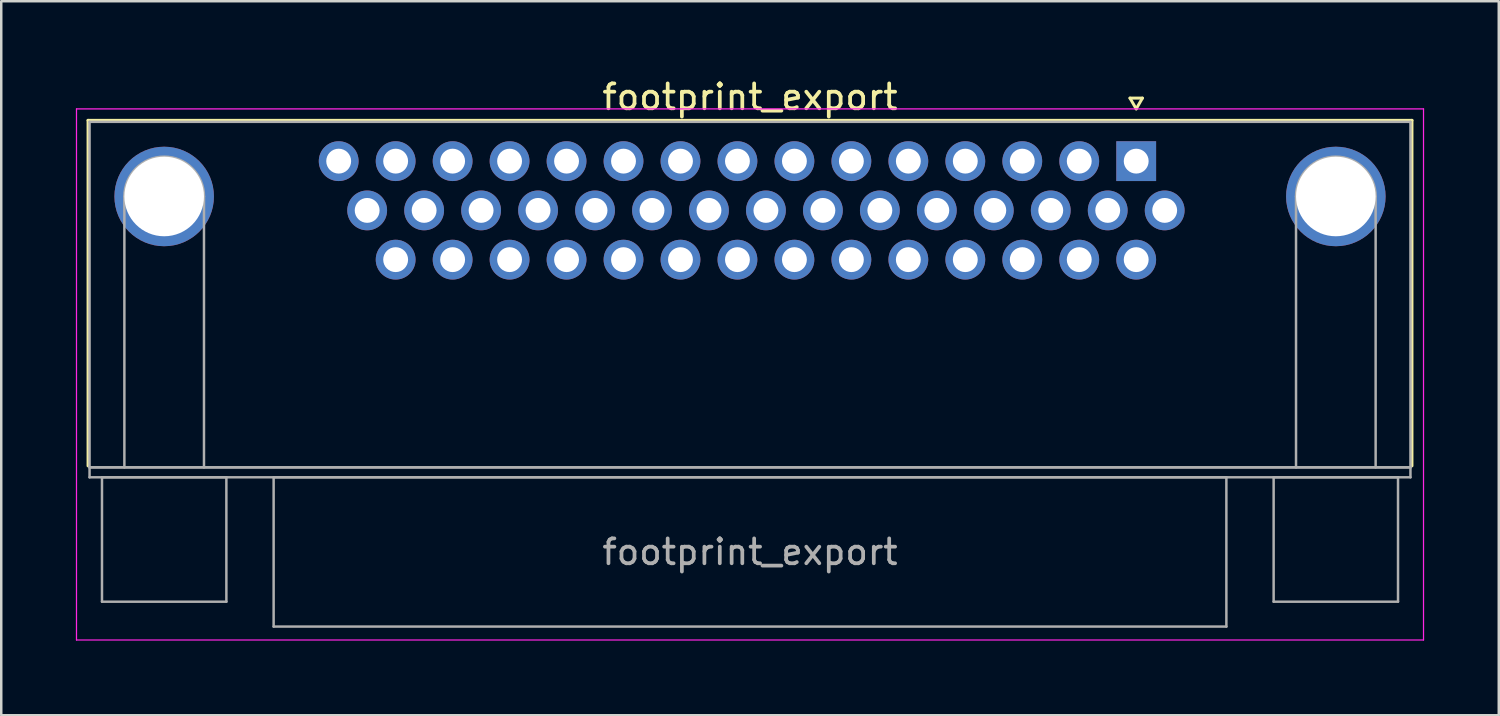
<source format=kicad_pcb>
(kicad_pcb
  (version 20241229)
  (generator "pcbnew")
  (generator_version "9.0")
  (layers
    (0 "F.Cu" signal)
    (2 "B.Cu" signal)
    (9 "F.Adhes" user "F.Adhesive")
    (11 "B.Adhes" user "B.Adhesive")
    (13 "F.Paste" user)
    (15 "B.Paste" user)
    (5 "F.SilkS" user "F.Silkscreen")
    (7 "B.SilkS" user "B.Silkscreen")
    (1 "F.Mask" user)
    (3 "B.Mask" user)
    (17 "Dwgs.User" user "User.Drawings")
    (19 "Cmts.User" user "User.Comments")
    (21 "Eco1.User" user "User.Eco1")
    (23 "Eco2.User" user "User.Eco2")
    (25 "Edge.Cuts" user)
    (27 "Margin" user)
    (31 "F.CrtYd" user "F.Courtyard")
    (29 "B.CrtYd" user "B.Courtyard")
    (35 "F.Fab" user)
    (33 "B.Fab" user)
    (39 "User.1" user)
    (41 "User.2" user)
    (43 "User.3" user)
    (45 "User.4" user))
  (footprint "footprint_export"
    (layer "F.Cu")
    (at 42.625 3.428)
    (property "Reference" "footprint_export" (at -15.525 -2.58 0) (layer "F.SilkS") (effects (font (size 1 1) (thickness 0.15))))
    (attr through_hole)
    (fp_line (start -42.135 -1.64) (end 11.085 -1.64) (stroke (width 0.12) (type solid)) (layer "F.SilkS"))
    (fp_line (start -42.135 12.25) (end -42.135 -1.64) (stroke (width 0.12) (type solid)) (layer "F.SilkS"))
    (fp_line (start -0.25 -2.534) (end 0.25 -2.534) (stroke (width 0.12) (type solid)) (layer "F.SilkS"))
    (fp_line (start 0 -2.101) (end -0.25 -2.534) (stroke (width 0.12) (type solid)) (layer "F.SilkS"))
    (fp_line (start 0.25 -2.534) (end 0 -2.101) (stroke (width 0.12) (type solid)) (layer "F.SilkS"))
    (fp_line (start 11.085 -1.64) (end 11.085 12.25) (stroke (width 0.12) (type solid)) (layer "F.SilkS"))
    (fp_line (start -42.6 -2.1) (end -42.6 19.25) (stroke (width 0.05) (type solid)) (layer "F.CrtYd"))
    (fp_line (start -42.6 19.25) (end 11.55 19.25) (stroke (width 0.05) (type solid)) (layer "F.CrtYd"))
    (fp_line (start 11.55 -2.1) (end -42.6 -2.1) (stroke (width 0.05) (type solid)) (layer "F.CrtYd"))
    (fp_line (start 11.55 19.25) (end 11.55 -2.1) (stroke (width 0.05) (type solid)) (layer "F.CrtYd"))
    (fp_line (start -42.075 -1.58) (end -42.075 12.31) (stroke (width 0.1) (type solid)) (layer "F.Fab"))
    (fp_line (start -42.075 12.31) (end -42.075 12.71) (stroke (width 0.1) (type solid)) (layer "F.Fab"))
    (fp_line (start -42.075 12.31) (end 11.025 12.31) (stroke (width 0.1) (type solid)) (layer "F.Fab"))
    (fp_line (start -42.075 12.71) (end 11.025 12.71) (stroke (width 0.1) (type solid)) (layer "F.Fab"))
    (fp_line (start -41.575 12.71) (end -41.575 17.71) (stroke (width 0.1) (type solid)) (layer "F.Fab"))
    (fp_line (start -41.575 17.71) (end -36.575 17.71) (stroke (width 0.1) (type solid)) (layer "F.Fab"))
    (fp_line (start -40.675 12.31) (end -40.675 1.42) (stroke (width 0.1) (type solid)) (layer "F.Fab"))
    (fp_line (start -37.475 12.31) (end -37.475 1.42) (stroke (width 0.1) (type solid)) (layer "F.Fab"))
    (fp_line (start -36.575 12.71) (end -41.575 12.71) (stroke (width 0.1) (type solid)) (layer "F.Fab"))
    (fp_line (start -36.575 17.71) (end -36.575 12.71) (stroke (width 0.1) (type solid)) (layer "F.Fab"))
    (fp_line (start -34.675 12.71) (end -34.675 18.71) (stroke (width 0.1) (type solid)) (layer "F.Fab"))
    (fp_line (start -34.675 18.71) (end 3.625 18.71) (stroke (width 0.1) (type solid)) (layer "F.Fab"))
    (fp_line (start 3.625 12.71) (end -34.675 12.71) (stroke (width 0.1) (type solid)) (layer "F.Fab"))
    (fp_line (start 3.625 18.71) (end 3.625 12.71) (stroke (width 0.1) (type solid)) (layer "F.Fab"))
    (fp_line (start 5.525 12.71) (end 5.525 17.71) (stroke (width 0.1) (type solid)) (layer "F.Fab"))
    (fp_line (start 5.525 17.71) (end 10.525 17.71) (stroke (width 0.1) (type solid)) (layer "F.Fab"))
    (fp_line (start 6.425 12.31) (end 6.425 1.42) (stroke (width 0.1) (type solid)) (layer "F.Fab"))
    (fp_line (start 9.625 12.31) (end 9.625 1.42) (stroke (width 0.1) (type solid)) (layer "F.Fab"))
    (fp_line (start 10.525 12.71) (end 5.525 12.71) (stroke (width 0.1) (type solid)) (layer "F.Fab"))
    (fp_line (start 10.525 17.71) (end 10.525 12.71) (stroke (width 0.1) (type solid)) (layer "F.Fab"))
    (fp_line (start 11.025 -1.58) (end -42.075 -1.58) (stroke (width 0.1) (type solid)) (layer "F.Fab"))
    (fp_line (start 11.025 12.31) (end -42.075 12.31) (stroke (width 0.1) (type solid)) (layer "F.Fab"))
    (fp_line (start 11.025 12.31) (end 11.025 -1.58) (stroke (width 0.1) (type solid)) (layer "F.Fab"))
    (fp_line (start 11.025 12.71) (end 11.025 12.31) (stroke (width 0.1) (type solid)) (layer "F.Fab"))
    (fp_arc (start -40.675 1.42) (mid -39.075 -0.18) (end -37.475 1.42) (stroke (width 0.1) (type solid)) (layer "F.Fab"))
    (fp_arc (start 6.425 1.42) (mid 8.025 -0.18) (end 9.625 1.42) (stroke (width 0.1) (type solid)) (layer "F.Fab"))
    (fp_text user "${REFERENCE}" (at -15.525 15.71 0) (layer "F.Fab") (effects (font (size 1 1) (thickness 0.15))))
    (pad "0" thru_hole circle (at -39.075 1.42) (size 4 4) (drill 3.2) (layers "*.Cu" "*.Mask"))
    (pad "0" thru_hole circle (at 8.025 1.42) (size 4 4) (drill 3.2) (layers "*.Cu" "*.Mask"))
    (pad "1" thru_hole rect (at 0 0) (size 1.6 1.6) (drill 1) (layers "*.Cu" "*.Mask"))
    (pad "2" thru_hole circle (at -2.29 0) (size 1.6 1.6) (drill 1) (layers "*.Cu" "*.Mask"))
    (pad "3" thru_hole circle (at -4.58 0) (size 1.6 1.6) (drill 1) (layers "*.Cu" "*.Mask"))
    (pad "4" thru_hole circle (at -6.87 0) (size 1.6 1.6) (drill 1) (layers "*.Cu" "*.Mask"))
    (pad "5" thru_hole circle (at -9.16 0) (size 1.6 1.6) (drill 1) (layers "*.Cu" "*.Mask"))
    (pad "6" thru_hole circle (at -11.45 0) (size 1.6 1.6) (drill 1) (layers "*.Cu" "*.Mask"))
    (pad "7" thru_hole circle (at -13.74 0) (size 1.6 1.6) (drill 1) (layers "*.Cu" "*.Mask"))
    (pad "8" thru_hole circle (at -16.03 0) (size 1.6 1.6) (drill 1) (layers "*.Cu" "*.Mask"))
    (pad "9" thru_hole circle (at -18.32 0) (size 1.6 1.6) (drill 1) (layers "*.Cu" "*.Mask"))
    (pad "10" thru_hole circle (at -20.61 0) (size 1.6 1.6) (drill 1) (layers "*.Cu" "*.Mask"))
    (pad "11" thru_hole circle (at -22.9 0) (size 1.6 1.6) (drill 1) (layers "*.Cu" "*.Mask"))
    (pad "12" thru_hole circle (at -25.19 0) (size 1.6 1.6) (drill 1) (layers "*.Cu" "*.Mask"))
    (pad "13" thru_hole circle (at -27.48 0) (size 1.6 1.6) (drill 1) (layers "*.Cu" "*.Mask"))
    (pad "14" thru_hole circle (at -29.77 0) (size 1.6 1.6) (drill 1) (layers "*.Cu" "*.Mask"))
    (pad "15" thru_hole circle (at -32.06 0) (size 1.6 1.6) (drill 1) (layers "*.Cu" "*.Mask"))
    (pad "16" thru_hole circle (at 1.145 1.98) (size 1.6 1.6) (drill 1) (layers "*.Cu" "*.Mask"))
    (pad "17" thru_hole circle (at -1.145 1.98) (size 1.6 1.6) (drill 1) (layers "*.Cu" "*.Mask"))
    (pad "18" thru_hole circle (at -3.435 1.98) (size 1.6 1.6) (drill 1) (layers "*.Cu" "*.Mask"))
    (pad "19" thru_hole circle (at -5.725 1.98) (size 1.6 1.6) (drill 1) (layers "*.Cu" "*.Mask"))
    (pad "20" thru_hole circle (at -8.015 1.98) (size 1.6 1.6) (drill 1) (layers "*.Cu" "*.Mask"))
    (pad "21" thru_hole circle (at -10.305 1.98) (size 1.6 1.6) (drill 1) (layers "*.Cu" "*.Mask"))
    (pad "22" thru_hole circle (at -12.595 1.98) (size 1.6 1.6) (drill 1) (layers "*.Cu" "*.Mask"))
    (pad "23" thru_hole circle (at -14.885 1.98) (size 1.6 1.6) (drill 1) (layers "*.Cu" "*.Mask"))
    (pad "24" thru_hole circle (at -17.175 1.98) (size 1.6 1.6) (drill 1) (layers "*.Cu" "*.Mask"))
    (pad "25" thru_hole circle (at -19.465 1.98) (size 1.6 1.6) (drill 1) (layers "*.Cu" "*.Mask"))
    (pad "26" thru_hole circle (at -21.755 1.98) (size 1.6 1.6) (drill 1) (layers "*.Cu" "*.Mask"))
    (pad "27" thru_hole circle (at -24.045 1.98) (size 1.6 1.6) (drill 1) (layers "*.Cu" "*.Mask"))
    (pad "28" thru_hole circle (at -26.335 1.98) (size 1.6 1.6) (drill 1) (layers "*.Cu" "*.Mask"))
    (pad "29" thru_hole circle (at -28.625 1.98) (size 1.6 1.6) (drill 1) (layers "*.Cu" "*.Mask"))
    (pad "30" thru_hole circle (at -30.915 1.98) (size 1.6 1.6) (drill 1) (layers "*.Cu" "*.Mask"))
    (pad "31" thru_hole circle (at 0 3.96) (size 1.6 1.6) (drill 1) (layers "*.Cu" "*.Mask"))
    (pad "32" thru_hole circle (at -2.29 3.96) (size 1.6 1.6) (drill 1) (layers "*.Cu" "*.Mask"))
    (pad "33" thru_hole circle (at -4.58 3.96) (size 1.6 1.6) (drill 1) (layers "*.Cu" "*.Mask"))
    (pad "34" thru_hole circle (at -6.87 3.96) (size 1.6 1.6) (drill 1) (layers "*.Cu" "*.Mask"))
    (pad "35" thru_hole circle (at -9.16 3.96) (size 1.6 1.6) (drill 1) (layers "*.Cu" "*.Mask"))
    (pad "36" thru_hole circle (at -11.45 3.96) (size 1.6 1.6) (drill 1) (layers "*.Cu" "*.Mask"))
    (pad "37" thru_hole circle (at -13.74 3.96) (size 1.6 1.6) (drill 1) (layers "*.Cu" "*.Mask"))
    (pad "38" thru_hole circle (at -16.03 3.96) (size 1.6 1.6) (drill 1) (layers "*.Cu" "*.Mask"))
    (pad "39" thru_hole circle (at -18.32 3.96) (size 1.6 1.6) (drill 1) (layers "*.Cu" "*.Mask"))
    (pad "40" thru_hole circle (at -20.61 3.96) (size 1.6 1.6) (drill 1) (layers "*.Cu" "*.Mask"))
    (pad "41" thru_hole circle (at -22.9 3.96) (size 1.6 1.6) (drill 1) (layers "*.Cu" "*.Mask"))
    (pad "42" thru_hole circle (at -25.19 3.96) (size 1.6 1.6) (drill 1) (layers "*.Cu" "*.Mask"))
    (pad "43" thru_hole circle (at -27.48 3.96) (size 1.6 1.6) (drill 1) (layers "*.Cu" "*.Mask"))
    (pad "44" thru_hole circle (at -29.77 3.96) (size 1.6 1.6) (drill 1) (layers "*.Cu" "*.Mask")))
  (gr_rect
    (start -3 -3)
    (end 57.2 25.703)
    (stroke (width 0.1) (type default))
    (fill no)
    (layer "Edge.Cuts")))
</source>
